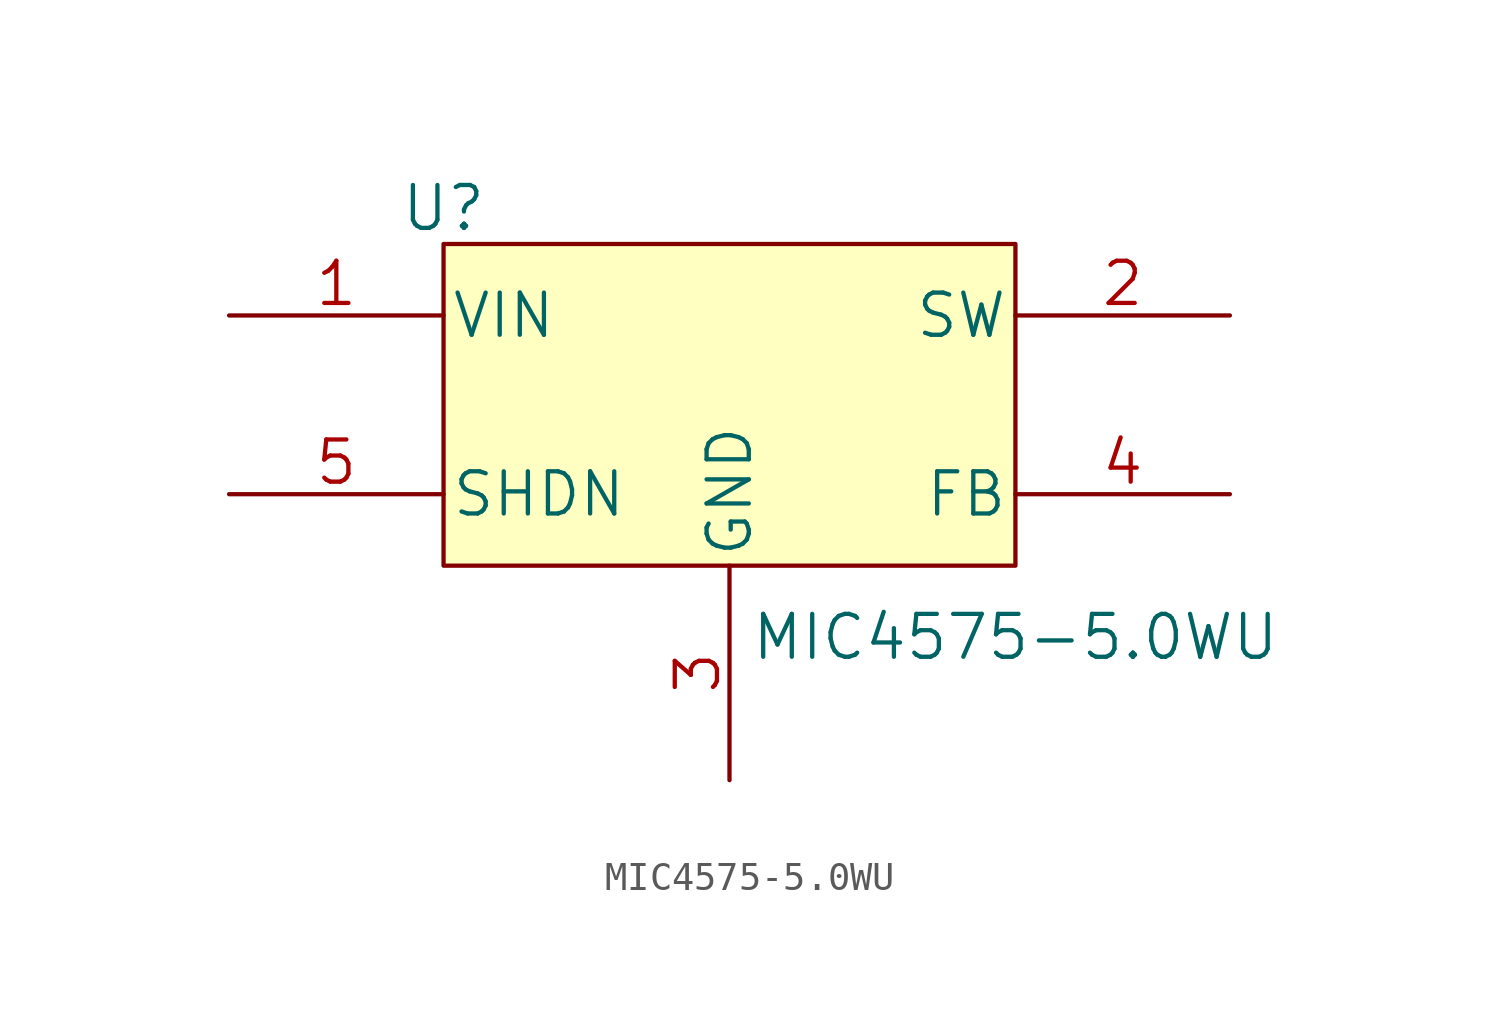
<source format=kicad_sym>
(kicad_symbol_lib
  (version 20211014)
  (generator kicad_symbol_editor)
  (symbol "MIC4575-5.0WU"
    (pin_names
      (offset 0.254))
    (property "Reference" "U"
      (at -10.16 6.35 0)
      (effects (font (size 1.524 1.524))))
    (property "Value" "MIC4575-5.0WU"
      (at 10.16 -8.89 0)
      (effects (font (size 1.524 1.524))))
    (property "Datasheet" ""
      (at 0.508 -0.254 0)
      (effects (font (size 1.524 1.524))))
    (property "ki_locked" ""
      (at 0 0 0)
      (effects (font (size 1.27 1.27))))
    (symbol "MIC4575-5.0WU_1_1"
      (rectangle (start -10.16 5.08) (end 10.16 -6.35) (stroke (width 0) (type default) (color 0 0 0 0)) (fill (type background)))
      (pin input line (at -17.78 2.54 0) (length 7.62) (name "VIN" (effects (font (size 1.499 1.499)))) (number "1" (effects (font (size 1.499 1.499)))))
      (pin output line (at 17.78 2.54 180) (length 7.62) (name "SW" (effects (font (size 1.499 1.499)))) (number "2" (effects (font (size 1.499 1.499)))))
      (pin power_in line (at 0 -13.97 90) (length 7.62) (name "GND" (effects (font (size 1.499 1.499)))) (number "3" (effects (font (size 1.499 1.499)))))
      (pin input line (at 17.78 -3.81 180) (length 7.62) (name "FB" (effects (font (size 1.499 1.499)))) (number "4" (effects (font (size 1.499 1.499)))))
      (pin input line (at -17.78 -3.81 0) (length 7.62) (name "SHDN" (effects (font (size 1.499 1.499)))) (number "5" (effects (font (size 1.499 1.499))))))))
</source>
